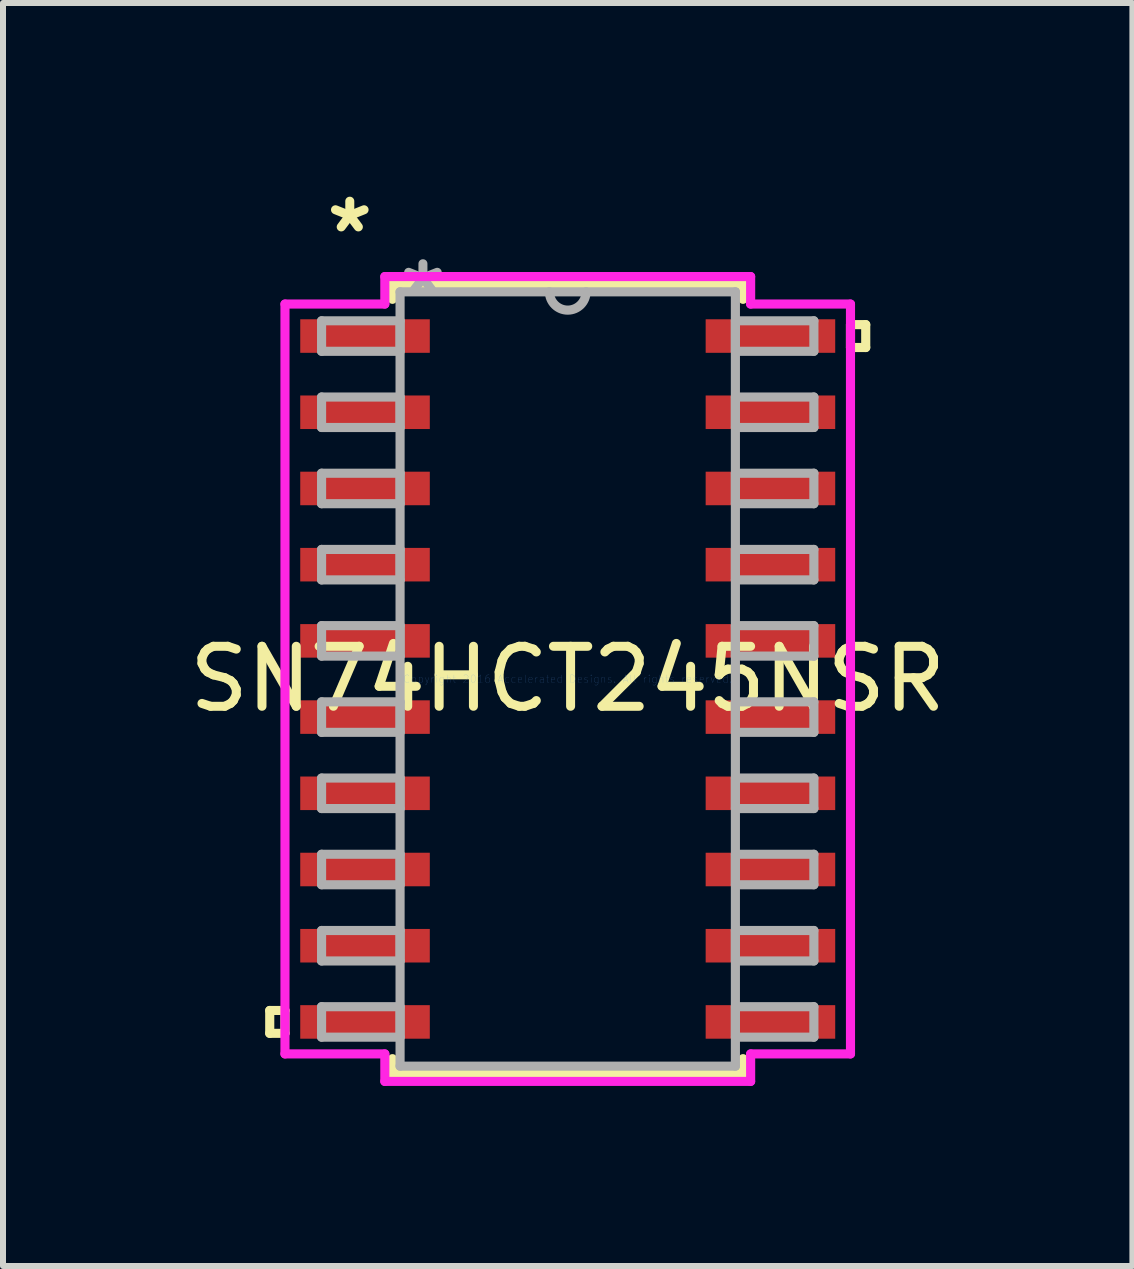
<source format=kicad_pcb>
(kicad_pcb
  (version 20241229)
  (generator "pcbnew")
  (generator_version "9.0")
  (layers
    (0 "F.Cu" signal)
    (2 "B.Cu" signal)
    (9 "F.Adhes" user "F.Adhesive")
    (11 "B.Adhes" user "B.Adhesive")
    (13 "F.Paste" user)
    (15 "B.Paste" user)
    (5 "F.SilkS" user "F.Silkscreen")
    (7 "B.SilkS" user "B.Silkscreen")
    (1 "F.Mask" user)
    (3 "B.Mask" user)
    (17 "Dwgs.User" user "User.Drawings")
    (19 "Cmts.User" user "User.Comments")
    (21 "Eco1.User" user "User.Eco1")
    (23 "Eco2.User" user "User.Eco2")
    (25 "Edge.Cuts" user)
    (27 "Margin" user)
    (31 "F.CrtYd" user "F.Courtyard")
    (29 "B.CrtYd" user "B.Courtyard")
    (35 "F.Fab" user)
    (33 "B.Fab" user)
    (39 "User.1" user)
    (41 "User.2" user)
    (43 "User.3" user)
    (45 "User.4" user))
  (footprint "SN74HCT245NSR"
    (layer "F.Cu")
    (at 6.411 8.265)
    (property "Reference" "SN74HCT245NSR" (at 0 0 0) (layer "F.SilkS") (effects (font (size 1 1) (thickness 0.15))))
    (attr through_hole)
    (fp_line (start -4.966 5.524) (end -4.966 5.905) (stroke (width 0.152) (type solid)) (layer "F.SilkS"))
    (fp_line (start -4.966 5.905) (end -4.712 5.905) (stroke (width 0.152) (type solid)) (layer "F.SilkS"))
    (fp_line (start -4.712 5.524) (end -4.966 5.524) (stroke (width 0.152) (type solid)) (layer "F.SilkS"))
    (fp_line (start -4.712 5.905) (end -4.712 5.524) (stroke (width 0.152) (type solid)) (layer "F.SilkS"))
    (fp_line (start -2.921 -6.579) (end -2.921 -6.327) (stroke (width 0.152) (type solid)) (layer "F.SilkS"))
    (fp_line (start -2.921 6.327) (end -2.921 6.579) (stroke (width 0.152) (type solid)) (layer "F.SilkS"))
    (fp_line (start -2.921 6.579) (end 2.921 6.579) (stroke (width 0.152) (type solid)) (layer "F.SilkS"))
    (fp_line (start 2.921 -6.579) (end -2.921 -6.579) (stroke (width 0.152) (type solid)) (layer "F.SilkS"))
    (fp_line (start 2.921 -6.327) (end 2.921 -6.579) (stroke (width 0.152) (type solid)) (layer "F.SilkS"))
    (fp_line (start 2.921 6.579) (end 2.921 6.327) (stroke (width 0.152) (type solid)) (layer "F.SilkS"))
    (fp_line (start 4.712 -5.905) (end 4.966 -5.905) (stroke (width 0.152) (type solid)) (layer "F.SilkS"))
    (fp_line (start 4.712 -5.524) (end 4.712 -5.905) (stroke (width 0.152) (type solid)) (layer "F.SilkS"))
    (fp_line (start 4.966 -5.905) (end 4.966 -5.524) (stroke (width 0.152) (type solid)) (layer "F.SilkS"))
    (fp_line (start 4.966 -5.524) (end 4.712 -5.524) (stroke (width 0.152) (type solid)) (layer "F.SilkS"))
    (fp_line (start -4.712 -6.248) (end -3.048 -6.248) (stroke (width 0.152) (type solid)) (layer "F.CrtYd"))
    (fp_line (start -4.712 6.248) (end -4.712 -6.248) (stroke (width 0.152) (type solid)) (layer "F.CrtYd"))
    (fp_line (start -3.048 -6.706) (end 3.048 -6.706) (stroke (width 0.152) (type solid)) (layer "F.CrtYd"))
    (fp_line (start -3.048 -6.248) (end -3.048 -6.706) (stroke (width 0.152) (type solid)) (layer "F.CrtYd"))
    (fp_line (start -3.048 6.248) (end -4.712 6.248) (stroke (width 0.152) (type solid)) (layer "F.CrtYd"))
    (fp_line (start -3.048 6.706) (end -3.048 6.248) (stroke (width 0.152) (type solid)) (layer "F.CrtYd"))
    (fp_line (start 3.048 -6.706) (end 3.048 -6.248) (stroke (width 0.152) (type solid)) (layer "F.CrtYd"))
    (fp_line (start 3.048 -6.248) (end 4.712 -6.248) (stroke (width 0.152) (type solid)) (layer "F.CrtYd"))
    (fp_line (start 3.048 6.248) (end 3.048 6.706) (stroke (width 0.152) (type solid)) (layer "F.CrtYd"))
    (fp_line (start 3.048 6.706) (end -3.048 6.706) (stroke (width 0.152) (type solid)) (layer "F.CrtYd"))
    (fp_line (start 4.712 -6.248) (end 4.712 6.248) (stroke (width 0.152) (type solid)) (layer "F.CrtYd"))
    (fp_line (start 4.712 6.248) (end 3.048 6.248) (stroke (width 0.152) (type solid)) (layer "F.CrtYd"))
    (fp_line (start -4.102 -5.969) (end -4.102 -5.461) (stroke (width 0.152) (type solid)) (layer "F.Fab"))
    (fp_line (start -4.102 -5.461) (end -2.794 -5.461) (stroke (width 0.152) (type solid)) (layer "F.Fab"))
    (fp_line (start -4.102 -4.699) (end -4.102 -4.191) (stroke (width 0.152) (type solid)) (layer "F.Fab"))
    (fp_line (start -4.102 -4.191) (end -2.794 -4.191) (stroke (width 0.152) (type solid)) (layer "F.Fab"))
    (fp_line (start -4.102 -3.429) (end -4.102 -2.921) (stroke (width 0.152) (type solid)) (layer "F.Fab"))
    (fp_line (start -4.102 -2.921) (end -2.794 -2.921) (stroke (width 0.152) (type solid)) (layer "F.Fab"))
    (fp_line (start -4.102 -2.159) (end -4.102 -1.651) (stroke (width 0.152) (type solid)) (layer "F.Fab"))
    (fp_line (start -4.102 -1.651) (end -2.794 -1.651) (stroke (width 0.152) (type solid)) (layer "F.Fab"))
    (fp_line (start -4.102 -0.889) (end -4.102 -0.381) (stroke (width 0.152) (type solid)) (layer "F.Fab"))
    (fp_line (start -4.102 -0.381) (end -2.794 -0.381) (stroke (width 0.152) (type solid)) (layer "F.Fab"))
    (fp_line (start -4.102 0.381) (end -4.102 0.889) (stroke (width 0.152) (type solid)) (layer "F.Fab"))
    (fp_line (start -4.102 0.889) (end -2.794 0.889) (stroke (width 0.152) (type solid)) (layer "F.Fab"))
    (fp_line (start -4.102 1.651) (end -4.102 2.159) (stroke (width 0.152) (type solid)) (layer "F.Fab"))
    (fp_line (start -4.102 2.159) (end -2.794 2.159) (stroke (width 0.152) (type solid)) (layer "F.Fab"))
    (fp_line (start -4.102 2.921) (end -4.102 3.429) (stroke (width 0.152) (type solid)) (layer "F.Fab"))
    (fp_line (start -4.102 3.429) (end -2.794 3.429) (stroke (width 0.152) (type solid)) (layer "F.Fab"))
    (fp_line (start -4.102 4.191) (end -4.102 4.699) (stroke (width 0.152) (type solid)) (layer "F.Fab"))
    (fp_line (start -4.102 4.699) (end -2.794 4.699) (stroke (width 0.152) (type solid)) (layer "F.Fab"))
    (fp_line (start -4.102 5.461) (end -4.102 5.969) (stroke (width 0.152) (type solid)) (layer "F.Fab"))
    (fp_line (start -4.102 5.969) (end -2.794 5.969) (stroke (width 0.152) (type solid)) (layer "F.Fab"))
    (fp_line (start -2.794 -6.452) (end -2.794 6.452) (stroke (width 0.152) (type solid)) (layer "F.Fab"))
    (fp_line (start -2.794 -5.969) (end -4.102 -5.969) (stroke (width 0.152) (type solid)) (layer "F.Fab"))
    (fp_line (start -2.794 -5.461) (end -2.794 -5.969) (stroke (width 0.152) (type solid)) (layer "F.Fab"))
    (fp_line (start -2.794 -4.699) (end -4.102 -4.699) (stroke (width 0.152) (type solid)) (layer "F.Fab"))
    (fp_line (start -2.794 -4.191) (end -2.794 -4.699) (stroke (width 0.152) (type solid)) (layer "F.Fab"))
    (fp_line (start -2.794 -3.429) (end -4.102 -3.429) (stroke (width 0.152) (type solid)) (layer "F.Fab"))
    (fp_line (start -2.794 -2.921) (end -2.794 -3.429) (stroke (width 0.152) (type solid)) (layer "F.Fab"))
    (fp_line (start -2.794 -2.159) (end -4.102 -2.159) (stroke (width 0.152) (type solid)) (layer "F.Fab"))
    (fp_line (start -2.794 -1.651) (end -2.794 -2.159) (stroke (width 0.152) (type solid)) (layer "F.Fab"))
    (fp_line (start -2.794 -0.889) (end -4.102 -0.889) (stroke (width 0.152) (type solid)) (layer "F.Fab"))
    (fp_line (start -2.794 -0.381) (end -2.794 -0.889) (stroke (width 0.152) (type solid)) (layer "F.Fab"))
    (fp_line (start -2.794 0.381) (end -4.102 0.381) (stroke (width 0.152) (type solid)) (layer "F.Fab"))
    (fp_line (start -2.794 0.889) (end -2.794 0.381) (stroke (width 0.152) (type solid)) (layer "F.Fab"))
    (fp_line (start -2.794 1.651) (end -4.102 1.651) (stroke (width 0.152) (type solid)) (layer "F.Fab"))
    (fp_line (start -2.794 2.159) (end -2.794 1.651) (stroke (width 0.152) (type solid)) (layer "F.Fab"))
    (fp_line (start -2.794 2.921) (end -4.102 2.921) (stroke (width 0.152) (type solid)) (layer "F.Fab"))
    (fp_line (start -2.794 3.429) (end -2.794 2.921) (stroke (width 0.152) (type solid)) (layer "F.Fab"))
    (fp_line (start -2.794 4.191) (end -4.102 4.191) (stroke (width 0.152) (type solid)) (layer "F.Fab"))
    (fp_line (start -2.794 4.699) (end -2.794 4.191) (stroke (width 0.152) (type solid)) (layer "F.Fab"))
    (fp_line (start -2.794 5.461) (end -4.102 5.461) (stroke (width 0.152) (type solid)) (layer "F.Fab"))
    (fp_line (start -2.794 5.969) (end -2.794 5.461) (stroke (width 0.152) (type solid)) (layer "F.Fab"))
    (fp_line (start -2.794 6.452) (end 2.794 6.452) (stroke (width 0.152) (type solid)) (layer "F.Fab"))
    (fp_line (start 2.794 -6.452) (end -2.794 -6.452) (stroke (width 0.152) (type solid)) (layer "F.Fab"))
    (fp_line (start 2.794 -5.969) (end 2.794 -5.461) (stroke (width 0.152) (type solid)) (layer "F.Fab"))
    (fp_line (start 2.794 -5.461) (end 4.102 -5.461) (stroke (width 0.152) (type solid)) (layer "F.Fab"))
    (fp_line (start 2.794 -4.699) (end 2.794 -4.191) (stroke (width 0.152) (type solid)) (layer "F.Fab"))
    (fp_line (start 2.794 -4.191) (end 4.102 -4.191) (stroke (width 0.152) (type solid)) (layer "F.Fab"))
    (fp_line (start 2.794 -3.429) (end 2.794 -2.921) (stroke (width 0.152) (type solid)) (layer "F.Fab"))
    (fp_line (start 2.794 -2.921) (end 4.102 -2.921) (stroke (width 0.152) (type solid)) (layer "F.Fab"))
    (fp_line (start 2.794 -2.159) (end 2.794 -1.651) (stroke (width 0.152) (type solid)) (layer "F.Fab"))
    (fp_line (start 2.794 -1.651) (end 4.102 -1.651) (stroke (width 0.152) (type solid)) (layer "F.Fab"))
    (fp_line (start 2.794 -0.889) (end 2.794 -0.381) (stroke (width 0.152) (type solid)) (layer "F.Fab"))
    (fp_line (start 2.794 -0.381) (end 4.102 -0.381) (stroke (width 0.152) (type solid)) (layer "F.Fab"))
    (fp_line (start 2.794 0.381) (end 2.794 0.889) (stroke (width 0.152) (type solid)) (layer "F.Fab"))
    (fp_line (start 2.794 0.889) (end 4.102 0.889) (stroke (width 0.152) (type solid)) (layer "F.Fab"))
    (fp_line (start 2.794 1.651) (end 2.794 2.159) (stroke (width 0.152) (type solid)) (layer "F.Fab"))
    (fp_line (start 2.794 2.159) (end 4.102 2.159) (stroke (width 0.152) (type solid)) (layer "F.Fab"))
    (fp_line (start 2.794 2.921) (end 2.794 3.429) (stroke (width 0.152) (type solid)) (layer "F.Fab"))
    (fp_line (start 2.794 3.429) (end 4.102 3.429) (stroke (width 0.152) (type solid)) (layer "F.Fab"))
    (fp_line (start 2.794 4.191) (end 2.794 4.699) (stroke (width 0.152) (type solid)) (layer "F.Fab"))
    (fp_line (start 2.794 4.699) (end 4.102 4.699) (stroke (width 0.152) (type solid)) (layer "F.Fab"))
    (fp_line (start 2.794 5.461) (end 2.794 5.969) (stroke (width 0.152) (type solid)) (layer "F.Fab"))
    (fp_line (start 2.794 5.969) (end 4.102 5.969) (stroke (width 0.152) (type solid)) (layer "F.Fab"))
    (fp_line (start 2.794 6.452) (end 2.794 -6.452) (stroke (width 0.152) (type solid)) (layer "F.Fab"))
    (fp_line (start 4.102 -5.969) (end 2.794 -5.969) (stroke (width 0.152) (type solid)) (layer "F.Fab"))
    (fp_line (start 4.102 -5.461) (end 4.102 -5.969) (stroke (width 0.152) (type solid)) (layer "F.Fab"))
    (fp_line (start 4.102 -4.699) (end 2.794 -4.699) (stroke (width 0.152) (type solid)) (layer "F.Fab"))
    (fp_line (start 4.102 -4.191) (end 4.102 -4.699) (stroke (width 0.152) (type solid)) (layer "F.Fab"))
    (fp_line (start 4.102 -3.429) (end 2.794 -3.429) (stroke (width 0.152) (type solid)) (layer "F.Fab"))
    (fp_line (start 4.102 -2.921) (end 4.102 -3.429) (stroke (width 0.152) (type solid)) (layer "F.Fab"))
    (fp_line (start 4.102 -2.159) (end 2.794 -2.159) (stroke (width 0.152) (type solid)) (layer "F.Fab"))
    (fp_line (start 4.102 -1.651) (end 4.102 -2.159) (stroke (width 0.152) (type solid)) (layer "F.Fab"))
    (fp_line (start 4.102 -0.889) (end 2.794 -0.889) (stroke (width 0.152) (type solid)) (layer "F.Fab"))
    (fp_line (start 4.102 -0.381) (end 4.102 -0.889) (stroke (width 0.152) (type solid)) (layer "F.Fab"))
    (fp_line (start 4.102 0.381) (end 2.794 0.381) (stroke (width 0.152) (type solid)) (layer "F.Fab"))
    (fp_line (start 4.102 0.889) (end 4.102 0.381) (stroke (width 0.152) (type solid)) (layer "F.Fab"))
    (fp_line (start 4.102 1.651) (end 2.794 1.651) (stroke (width 0.152) (type solid)) (layer "F.Fab"))
    (fp_line (start 4.102 2.159) (end 4.102 1.651) (stroke (width 0.152) (type solid)) (layer "F.Fab"))
    (fp_line (start 4.102 2.921) (end 2.794 2.921) (stroke (width 0.152) (type solid)) (layer "F.Fab"))
    (fp_line (start 4.102 3.429) (end 4.102 2.921) (stroke (width 0.152) (type solid)) (layer "F.Fab"))
    (fp_line (start 4.102 4.191) (end 2.794 4.191) (stroke (width 0.152) (type solid)) (layer "F.Fab"))
    (fp_line (start 4.102 4.699) (end 4.102 4.191) (stroke (width 0.152) (type solid)) (layer "F.Fab"))
    (fp_line (start 4.102 5.461) (end 2.794 5.461) (stroke (width 0.152) (type solid)) (layer "F.Fab"))
    (fp_line (start 4.102 5.969) (end 4.102 5.461) (stroke (width 0.152) (type solid)) (layer "F.Fab"))
    (fp_arc (start 0.3048 -6.4516) (mid 0 -6.1468) (end -0.3048 -6.4516) (stroke (width 0.1524) (type solid)) (layer "F.Fab"))
    (fp_text user "*" (at -3.632 -7.417 0) (layer "F.SilkS") (effects (font (size 1 1) (thickness 0.15))))
    (fp_text user "Copyright 2016 Accelerated Designs. All rights reserved." (at 0 0 0) (layer "Cmts.User") (effects (font (size 0.127 0.127) (thickness 0.002))))
    (fp_text user "*" (at -2.413 -6.375 0) (layer "F.Fab") (effects (font (size 1 1) (thickness 0.15))))
    (pad "1" smd rect (at -3.378 -5.715) (size 2.159 0.559) (layers "F.Cu" "F.Mask" "F.Paste"))
    (pad "2" smd rect (at -3.378 -4.445) (size 2.159 0.559) (layers "F.Cu" "F.Mask" "F.Paste"))
    (pad "3" smd rect (at -3.378 -3.175) (size 2.159 0.559) (layers "F.Cu" "F.Mask" "F.Paste"))
    (pad "4" smd rect (at -3.378 -1.905) (size 2.159 0.559) (layers "F.Cu" "F.Mask" "F.Paste"))
    (pad "5" smd rect (at -3.378 -0.635) (size 2.159 0.559) (layers "F.Cu" "F.Mask" "F.Paste"))
    (pad "6" smd rect (at -3.378 0.635) (size 2.159 0.559) (layers "F.Cu" "F.Mask" "F.Paste"))
    (pad "7" smd rect (at -3.378 1.905) (size 2.159 0.559) (layers "F.Cu" "F.Mask" "F.Paste"))
    (pad "8" smd rect (at -3.378 3.175) (size 2.159 0.559) (layers "F.Cu" "F.Mask" "F.Paste"))
    (pad "9" smd rect (at -3.378 4.445) (size 2.159 0.559) (layers "F.Cu" "F.Mask" "F.Paste"))
    (pad "10" smd rect (at -3.378 5.715) (size 2.159 0.559) (layers "F.Cu" "F.Mask" "F.Paste"))
    (pad "11" smd rect (at 3.378 5.715) (size 2.159 0.559) (layers "F.Cu" "F.Mask" "F.Paste"))
    (pad "12" smd rect (at 3.378 4.445) (size 2.159 0.559) (layers "F.Cu" "F.Mask" "F.Paste"))
    (pad "13" smd rect (at 3.378 3.175) (size 2.159 0.559) (layers "F.Cu" "F.Mask" "F.Paste"))
    (pad "14" smd rect (at 3.378 1.905) (size 2.159 0.559) (layers "F.Cu" "F.Mask" "F.Paste"))
    (pad "15" smd rect (at 3.378 0.635) (size 2.159 0.559) (layers "F.Cu" "F.Mask" "F.Paste"))
    (pad "16" smd rect (at 3.378 -0.635) (size 2.159 0.559) (layers "F.Cu" "F.Mask" "F.Paste"))
    (pad "17" smd rect (at 3.378 -1.905) (size 2.159 0.559) (layers "F.Cu" "F.Mask" "F.Paste"))
    (pad "18" smd rect (at 3.378 -3.175) (size 2.159 0.559) (layers "F.Cu" "F.Mask" "F.Paste"))
    (pad "19" smd rect (at 3.378 -4.445) (size 2.159 0.559) (layers "F.Cu" "F.Mask" "F.Paste"))
    (pad "20" smd rect (at 3.378 -5.715) (size 2.159 0.559) (layers "F.Cu" "F.Mask" "F.Paste")))
  (gr_rect
    (start -3 -3)
    (end 15.821 18.047)
    (stroke (width 0.1) (type default))
    (fill no)
    (layer "Edge.Cuts")))
</source>
